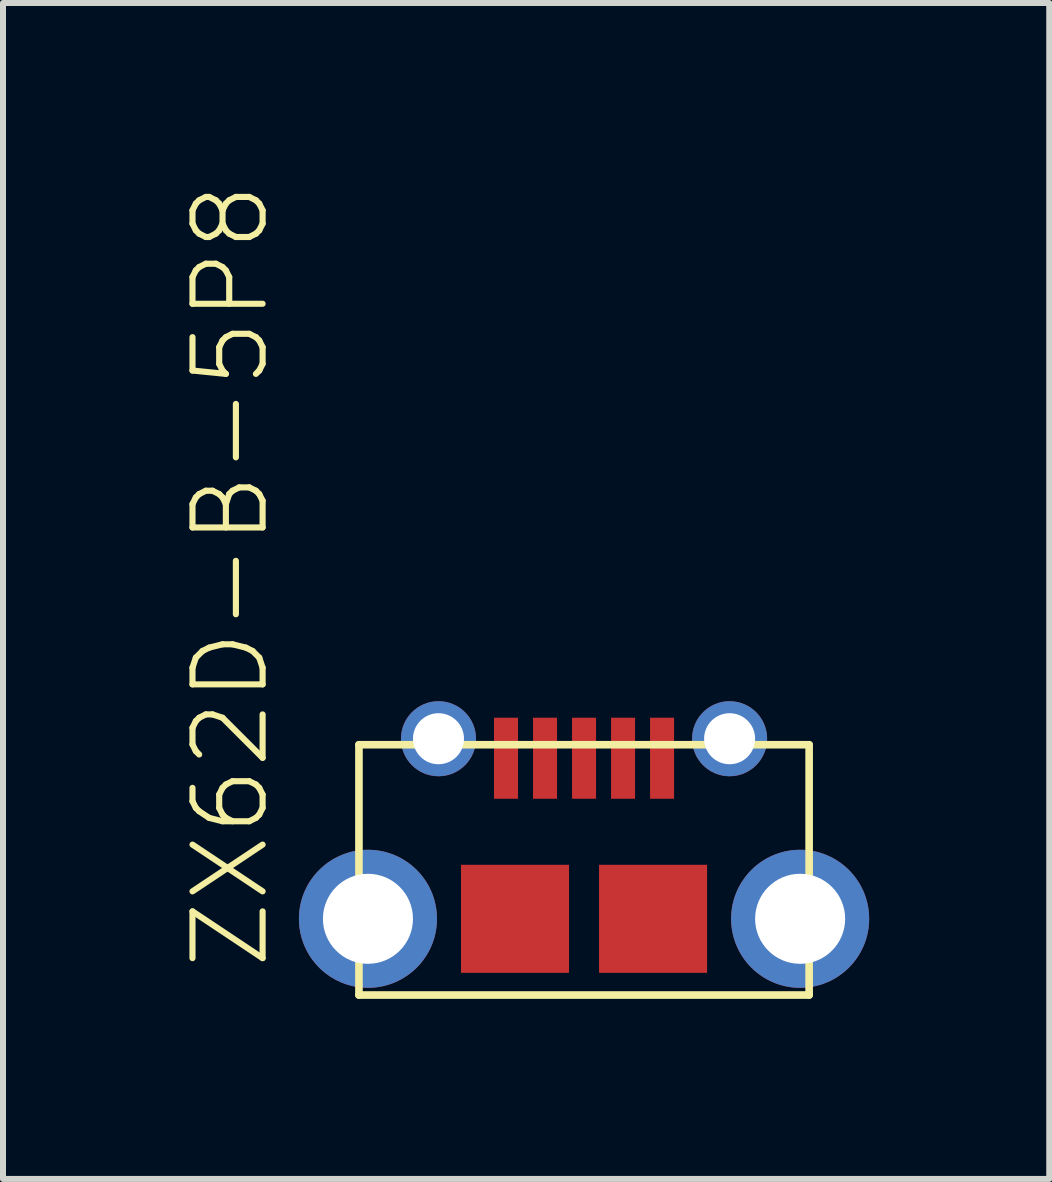
<source format=kicad_pcb>
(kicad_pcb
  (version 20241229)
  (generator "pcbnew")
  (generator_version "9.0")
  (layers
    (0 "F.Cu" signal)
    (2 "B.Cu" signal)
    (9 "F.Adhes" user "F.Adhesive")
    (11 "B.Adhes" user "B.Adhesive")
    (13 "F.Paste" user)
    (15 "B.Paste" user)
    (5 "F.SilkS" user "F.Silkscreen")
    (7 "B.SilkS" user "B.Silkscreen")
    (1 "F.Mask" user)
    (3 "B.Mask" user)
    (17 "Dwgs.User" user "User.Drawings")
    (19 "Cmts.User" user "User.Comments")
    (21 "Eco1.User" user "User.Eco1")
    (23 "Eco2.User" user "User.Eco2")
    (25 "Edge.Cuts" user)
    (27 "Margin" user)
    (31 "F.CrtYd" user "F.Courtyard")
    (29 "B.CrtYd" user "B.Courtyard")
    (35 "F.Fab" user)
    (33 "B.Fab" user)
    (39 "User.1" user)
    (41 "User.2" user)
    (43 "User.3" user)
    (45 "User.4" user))
  (footprint "ZX62D-B-5P8"
    (layer "F.Cu")
    (at 6.68 12.257)
    (property "Reference" "ZX62D-B-5P8" (at -5.207 0.889 90) (unlocked yes) (layer "F.SilkS") (effects (font (size 1.168 1.168) (thickness 0.102)) (justify left bottom)))
    (fp_line (start -3.75 -2.9) (end -3.75 1.27) (stroke (width 0.127) (type solid)) (layer "F.SilkS"))
    (fp_line (start -3.75 -2.9) (end 3.75 -2.9) (stroke (width 0.127) (type solid)) (layer "F.SilkS"))
    (fp_line (start -3.75 1.27) (end 3.75 1.27) (stroke (width 0.127) (type solid)) (layer "F.SilkS"))
    (fp_line (start 3.75 1.27) (end 3.75 -2.9) (stroke (width 0.127) (type solid)) (layer "F.SilkS"))
    (pad "P$1" smd rect (at -1.3 -2.675 90) (size 1.35 0.4) (layers "F.Cu" "F.Mask" "F.Paste"))
    (pad "P$2" smd rect (at -0.65 -2.675 90) (size 1.35 0.4) (layers "F.Cu" "F.Mask" "F.Paste"))
    (pad "P$3" smd rect (at 0 -2.675 90) (size 1.35 0.4) (layers "F.Cu" "F.Mask" "F.Paste"))
    (pad "P$4" smd rect (at 0.65 -2.675 90) (size 1.35 0.4) (layers "F.Cu" "F.Mask" "F.Paste"))
    (pad "P$5" smd rect (at 1.3 -2.675 90) (size 1.35 0.4) (layers "F.Cu" "F.Mask" "F.Paste"))
    (pad "P$6" smd rect (at -1.15 0 90) (size 1.8 1.8) (layers "F.Cu" "F.Mask" "F.Paste"))
    (pad "P$7" smd rect (at 1.15 0 90) (size 1.8 1.8) (layers "F.Cu" "F.Mask" "F.Paste"))
    (pad "SHIELD_1" thru_hole circle (at -3.6 0 90) (size 2.3 2.3) (drill 1.5) (layers "*.Cu" "*.Mask"))
    (pad "SHIELD_2" thru_hole circle (at 3.6 0 90) (size 2.3 2.3) (drill 1.5) (layers "*.Cu" "*.Mask"))
    (pad "SHIELD_3" thru_hole circle (at 2.425 -3) (size 1.25 1.25) (drill 0.85) (layers "*.Cu" "*.Mask"))
    (pad "SHIELD_4" thru_hole circle (at -2.425 -3) (size 1.25 1.25) (drill 0.85) (layers "*.Cu" "*.Mask")))
  (gr_rect
    (start -3 -3)
    (end 14.43 16.591)
    (stroke (width 0.1) (type default))
    (fill no)
    (layer "Edge.Cuts")))
</source>
